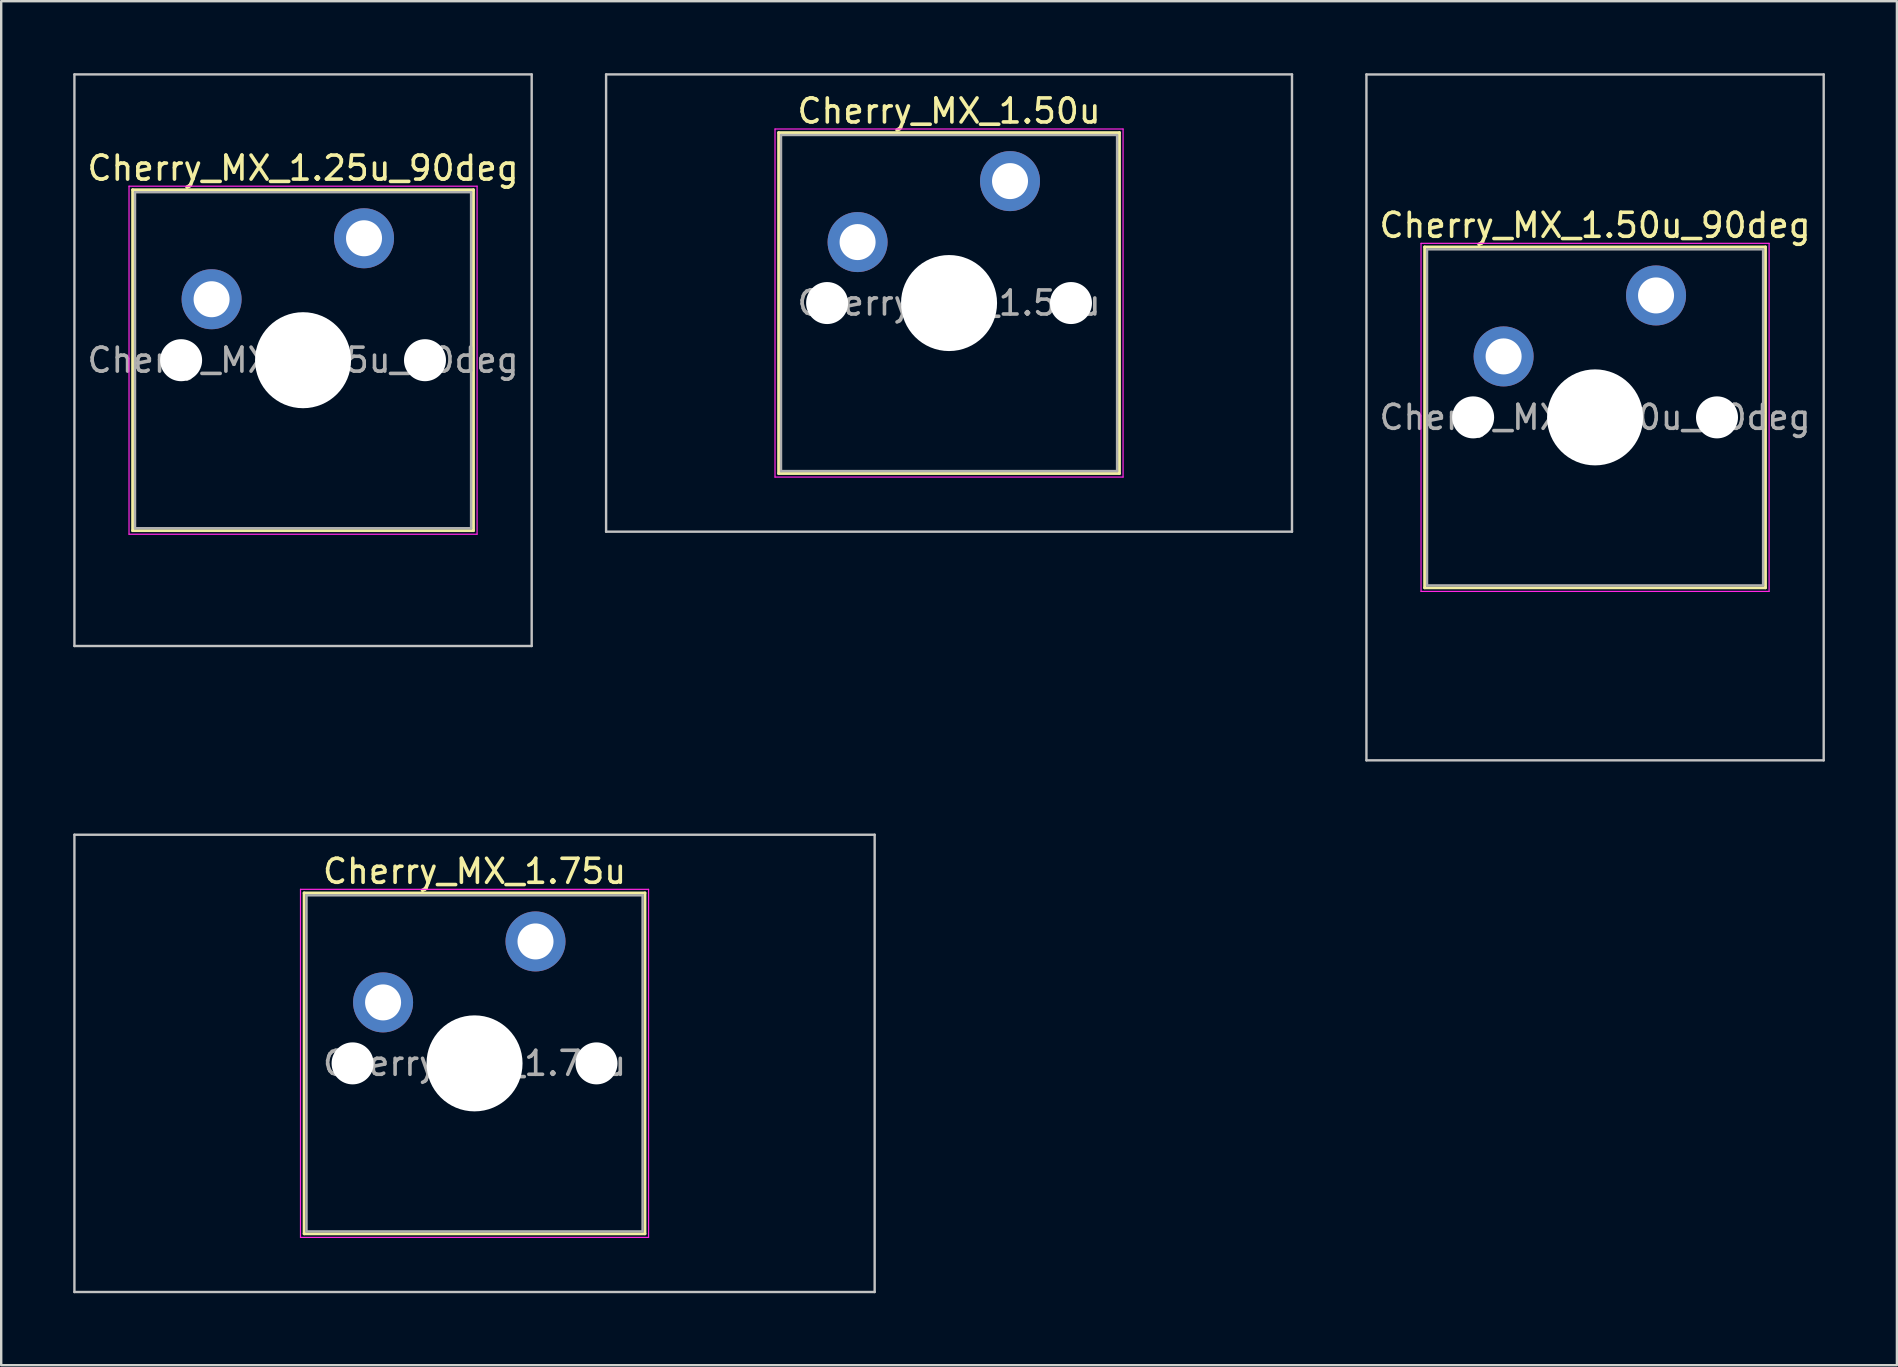
<source format=kicad_pcb>
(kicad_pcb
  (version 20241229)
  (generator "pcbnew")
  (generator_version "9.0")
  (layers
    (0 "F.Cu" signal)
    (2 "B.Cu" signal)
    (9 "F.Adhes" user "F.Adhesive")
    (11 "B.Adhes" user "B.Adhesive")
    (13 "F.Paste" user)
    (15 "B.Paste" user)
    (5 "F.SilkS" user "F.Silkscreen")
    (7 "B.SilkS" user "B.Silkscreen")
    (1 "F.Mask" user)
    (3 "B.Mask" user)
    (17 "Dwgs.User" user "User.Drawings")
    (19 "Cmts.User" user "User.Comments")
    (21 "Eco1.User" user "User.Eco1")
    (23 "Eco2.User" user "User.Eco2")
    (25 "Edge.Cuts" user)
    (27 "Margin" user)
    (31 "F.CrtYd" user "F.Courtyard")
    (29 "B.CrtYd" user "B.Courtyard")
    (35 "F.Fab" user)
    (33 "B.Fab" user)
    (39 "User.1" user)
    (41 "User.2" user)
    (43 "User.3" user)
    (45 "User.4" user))
  (footprint "Cherry_MX_1.75u"
    (layer "F.Cu")
    (at 16.719 41.25)
    (property "Reference" "Cherry_MX_1.75u" (at 0 -8 0) (layer "F.SilkS") (effects (font (size 1 1) (thickness 0.15))))
    (attr through_hole)
    (fp_line (start -7.1 -7.1) (end -7.1 7.1) (stroke (width 0.12) (type solid)) (layer "F.SilkS"))
    (fp_line (start -7.1 7.1) (end 7.1 7.1) (stroke (width 0.12) (type solid)) (layer "F.SilkS"))
    (fp_line (start 7.1 -7.1) (end -7.1 -7.1) (stroke (width 0.12) (type solid)) (layer "F.SilkS"))
    (fp_line (start 7.1 7.1) (end 7.1 -7.1) (stroke (width 0.12) (type solid)) (layer "F.SilkS"))
    (fp_line (start -16.669 -9.525) (end -16.669 9.525) (stroke (width 0.1) (type solid)) (layer "Dwgs.User"))
    (fp_line (start -16.669 9.525) (end 16.669 9.525) (stroke (width 0.1) (type solid)) (layer "Dwgs.User"))
    (fp_line (start 16.669 -9.525) (end -16.669 -9.525) (stroke (width 0.1) (type solid)) (layer "Dwgs.User"))
    (fp_line (start 16.669 9.525) (end 16.669 -9.525) (stroke (width 0.1) (type solid)) (layer "Dwgs.User"))
    (fp_line (start -7 -7) (end -7 7) (stroke (width 0.1) (type solid)) (layer "Eco1.User"))
    (fp_line (start -7 7) (end 7 7) (stroke (width 0.1) (type solid)) (layer "Eco1.User"))
    (fp_line (start 7 -7) (end -7 -7) (stroke (width 0.1) (type solid)) (layer "Eco1.User"))
    (fp_line (start 7 7) (end 7 -7) (stroke (width 0.1) (type solid)) (layer "Eco1.User"))
    (fp_line (start -7.25 -7.25) (end -7.25 7.25) (stroke (width 0.05) (type solid)) (layer "F.CrtYd"))
    (fp_line (start -7.25 7.25) (end 7.25 7.25) (stroke (width 0.05) (type solid)) (layer "F.CrtYd"))
    (fp_line (start 7.25 -7.25) (end -7.25 -7.25) (stroke (width 0.05) (type solid)) (layer "F.CrtYd"))
    (fp_line (start 7.25 7.25) (end 7.25 -7.25) (stroke (width 0.05) (type solid)) (layer "F.CrtYd"))
    (fp_line (start -7 -7) (end -7 7) (stroke (width 0.1) (type solid)) (layer "F.Fab"))
    (fp_line (start -7 7) (end 7 7) (stroke (width 0.1) (type solid)) (layer "F.Fab"))
    (fp_line (start 7 -7) (end -7 -7) (stroke (width 0.1) (type solid)) (layer "F.Fab"))
    (fp_line (start 7 7) (end 7 -7) (stroke (width 0.1) (type solid)) (layer "F.Fab"))
    (fp_text user "${REFERENCE}" (at 0 0 0) (layer "F.Fab") (effects (font (size 1 1) (thickness 0.15))))
    (pad "" np_thru_hole circle (at -5.08 0) (size 1.75 1.75) (drill 1.75) (layers "*.Cu" "*.Mask"))
    (pad "" np_thru_hole circle (at 0 0) (size 4 4) (drill 4) (layers "*.Cu" "*.Mask"))
    (pad "" np_thru_hole circle (at 5.08 0) (size 1.75 1.75) (drill 1.75) (layers "*.Cu" "*.Mask"))
    (pad "1" thru_hole circle (at -3.81 -2.54) (size 2.5 2.5) (drill 1.5) (layers "*.Cu" "*.Mask"))
    (pad "2" thru_hole circle (at 2.54 -5.08) (size 2.5 2.5) (drill 1.5) (layers "*.Cu" "*.Mask")))
  (footprint "Cherry_MX_1.50u_90deg"
    (layer "F.Cu")
    (at 63.4 14.338)
    (property "Reference" "Cherry_MX_1.50u_90deg" (at 0 -8 0) (layer "F.SilkS") (effects (font (size 1 1) (thickness 0.15))))
    (attr through_hole)
    (fp_line (start -7.1 -7.1) (end -7.1 7.1) (stroke (width 0.12) (type solid)) (layer "F.SilkS"))
    (fp_line (start -7.1 7.1) (end 7.1 7.1) (stroke (width 0.12) (type solid)) (layer "F.SilkS"))
    (fp_line (start 7.1 -7.1) (end -7.1 -7.1) (stroke (width 0.12) (type solid)) (layer "F.SilkS"))
    (fp_line (start 7.1 7.1) (end 7.1 -7.1) (stroke (width 0.12) (type solid)) (layer "F.SilkS"))
    (fp_line (start -9.525 -14.287) (end 9.525 -14.287) (stroke (width 0.1) (type solid)) (layer "Dwgs.User"))
    (fp_line (start -9.525 14.287) (end -9.525 -14.287) (stroke (width 0.1) (type solid)) (layer "Dwgs.User"))
    (fp_line (start 9.525 -14.287) (end 9.525 14.287) (stroke (width 0.1) (type solid)) (layer "Dwgs.User"))
    (fp_line (start 9.525 14.287) (end -9.525 14.287) (stroke (width 0.1) (type solid)) (layer "Dwgs.User"))
    (fp_line (start -7 -7) (end -7 7) (stroke (width 0.1) (type solid)) (layer "Eco1.User"))
    (fp_line (start -7 7) (end 7 7) (stroke (width 0.1) (type solid)) (layer "Eco1.User"))
    (fp_line (start 7 -7) (end -7 -7) (stroke (width 0.1) (type solid)) (layer "Eco1.User"))
    (fp_line (start 7 7) (end 7 -7) (stroke (width 0.1) (type solid)) (layer "Eco1.User"))
    (fp_line (start -7.25 -7.25) (end -7.25 7.25) (stroke (width 0.05) (type solid)) (layer "F.CrtYd"))
    (fp_line (start -7.25 7.25) (end 7.25 7.25) (stroke (width 0.05) (type solid)) (layer "F.CrtYd"))
    (fp_line (start 7.25 -7.25) (end -7.25 -7.25) (stroke (width 0.05) (type solid)) (layer "F.CrtYd"))
    (fp_line (start 7.25 7.25) (end 7.25 -7.25) (stroke (width 0.05) (type solid)) (layer "F.CrtYd"))
    (fp_line (start -7 -7) (end -7 7) (stroke (width 0.1) (type solid)) (layer "F.Fab"))
    (fp_line (start -7 7) (end 7 7) (stroke (width 0.1) (type solid)) (layer "F.Fab"))
    (fp_line (start 7 -7) (end -7 -7) (stroke (width 0.1) (type solid)) (layer "F.Fab"))
    (fp_line (start 7 7) (end 7 -7) (stroke (width 0.1) (type solid)) (layer "F.Fab"))
    (fp_text user "${REFERENCE}" (at 0 0 0) (layer "F.Fab") (effects (font (size 1 1) (thickness 0.15))))
    (pad "" np_thru_hole circle (at -5.08 0) (size 1.75 1.75) (drill 1.75) (layers "*.Cu" "*.Mask"))
    (pad "" np_thru_hole circle (at 0 0) (size 4 4) (drill 4) (layers "*.Cu" "*.Mask"))
    (pad "" np_thru_hole circle (at 5.08 0) (size 1.75 1.75) (drill 1.75) (layers "*.Cu" "*.Mask"))
    (pad "1" thru_hole circle (at -3.81 -2.54) (size 2.5 2.5) (drill 1.5) (layers "*.Cu" "*.Mask"))
    (pad "2" thru_hole circle (at 2.54 -5.08) (size 2.5 2.5) (drill 1.5) (layers "*.Cu" "*.Mask")))
  (footprint "Cherry_MX_1.50u"
    (layer "F.Cu")
    (at 36.487 9.575)
    (property "Reference" "Cherry_MX_1.50u" (at 0 -8 0) (layer "F.SilkS") (effects (font (size 1 1) (thickness 0.15))))
    (attr through_hole)
    (fp_line (start -7.1 -7.1) (end -7.1 7.1) (stroke (width 0.12) (type solid)) (layer "F.SilkS"))
    (fp_line (start -7.1 7.1) (end 7.1 7.1) (stroke (width 0.12) (type solid)) (layer "F.SilkS"))
    (fp_line (start 7.1 -7.1) (end -7.1 -7.1) (stroke (width 0.12) (type solid)) (layer "F.SilkS"))
    (fp_line (start 7.1 7.1) (end 7.1 -7.1) (stroke (width 0.12) (type solid)) (layer "F.SilkS"))
    (fp_line (start -14.287 -9.525) (end -14.287 9.525) (stroke (width 0.1) (type solid)) (layer "Dwgs.User"))
    (fp_line (start -14.287 9.525) (end 14.287 9.525) (stroke (width 0.1) (type solid)) (layer "Dwgs.User"))
    (fp_line (start 14.287 -9.525) (end -14.287 -9.525) (stroke (width 0.1) (type solid)) (layer "Dwgs.User"))
    (fp_line (start 14.287 9.525) (end 14.287 -9.525) (stroke (width 0.1) (type solid)) (layer "Dwgs.User"))
    (fp_line (start -7 -7) (end -7 7) (stroke (width 0.1) (type solid)) (layer "Eco1.User"))
    (fp_line (start -7 7) (end 7 7) (stroke (width 0.1) (type solid)) (layer "Eco1.User"))
    (fp_line (start 7 -7) (end -7 -7) (stroke (width 0.1) (type solid)) (layer "Eco1.User"))
    (fp_line (start 7 7) (end 7 -7) (stroke (width 0.1) (type solid)) (layer "Eco1.User"))
    (fp_line (start -7.25 -7.25) (end -7.25 7.25) (stroke (width 0.05) (type solid)) (layer "F.CrtYd"))
    (fp_line (start -7.25 7.25) (end 7.25 7.25) (stroke (width 0.05) (type solid)) (layer "F.CrtYd"))
    (fp_line (start 7.25 -7.25) (end -7.25 -7.25) (stroke (width 0.05) (type solid)) (layer "F.CrtYd"))
    (fp_line (start 7.25 7.25) (end 7.25 -7.25) (stroke (width 0.05) (type solid)) (layer "F.CrtYd"))
    (fp_line (start -7 -7) (end -7 7) (stroke (width 0.1) (type solid)) (layer "F.Fab"))
    (fp_line (start -7 7) (end 7 7) (stroke (width 0.1) (type solid)) (layer "F.Fab"))
    (fp_line (start 7 -7) (end -7 -7) (stroke (width 0.1) (type solid)) (layer "F.Fab"))
    (fp_line (start 7 7) (end 7 -7) (stroke (width 0.1) (type solid)) (layer "F.Fab"))
    (fp_text user "${REFERENCE}" (at 0 0 0) (layer "F.Fab") (effects (font (size 1 1) (thickness 0.15))))
    (pad "" np_thru_hole circle (at -5.08 0) (size 1.75 1.75) (drill 1.75) (layers "*.Cu" "*.Mask"))
    (pad "" np_thru_hole circle (at 0 0) (size 4 4) (drill 4) (layers "*.Cu" "*.Mask"))
    (pad "" np_thru_hole circle (at 5.08 0) (size 1.75 1.75) (drill 1.75) (layers "*.Cu" "*.Mask"))
    (pad "1" thru_hole circle (at -3.81 -2.54) (size 2.5 2.5) (drill 1.5) (layers "*.Cu" "*.Mask"))
    (pad "2" thru_hole circle (at 2.54 -5.08) (size 2.5 2.5) (drill 1.5) (layers "*.Cu" "*.Mask")))
  (footprint "Cherry_MX_1.25u_90deg"
    (layer "F.Cu")
    (at 9.575 11.956)
    (property "Reference" "Cherry_MX_1.25u_90deg" (at 0 -8 0) (layer "F.SilkS") (effects (font (size 1 1) (thickness 0.15))))
    (attr through_hole)
    (fp_line (start -7.1 -7.1) (end -7.1 7.1) (stroke (width 0.12) (type solid)) (layer "F.SilkS"))
    (fp_line (start -7.1 7.1) (end 7.1 7.1) (stroke (width 0.12) (type solid)) (layer "F.SilkS"))
    (fp_line (start 7.1 -7.1) (end -7.1 -7.1) (stroke (width 0.12) (type solid)) (layer "F.SilkS"))
    (fp_line (start 7.1 7.1) (end 7.1 -7.1) (stroke (width 0.12) (type solid)) (layer "F.SilkS"))
    (fp_line (start -9.525 -11.906) (end 9.525 -11.906) (stroke (width 0.1) (type solid)) (layer "Dwgs.User"))
    (fp_line (start -9.525 11.906) (end -9.525 -11.906) (stroke (width 0.1) (type solid)) (layer "Dwgs.User"))
    (fp_line (start 9.525 -11.906) (end 9.525 11.906) (stroke (width 0.1) (type solid)) (layer "Dwgs.User"))
    (fp_line (start 9.525 11.906) (end -9.525 11.906) (stroke (width 0.1) (type solid)) (layer "Dwgs.User"))
    (fp_line (start -7 -7) (end -7 7) (stroke (width 0.1) (type solid)) (layer "Eco1.User"))
    (fp_line (start -7 7) (end 7 7) (stroke (width 0.1) (type solid)) (layer "Eco1.User"))
    (fp_line (start 7 -7) (end -7 -7) (stroke (width 0.1) (type solid)) (layer "Eco1.User"))
    (fp_line (start 7 7) (end 7 -7) (stroke (width 0.1) (type solid)) (layer "Eco1.User"))
    (fp_line (start -7.25 -7.25) (end -7.25 7.25) (stroke (width 0.05) (type solid)) (layer "F.CrtYd"))
    (fp_line (start -7.25 7.25) (end 7.25 7.25) (stroke (width 0.05) (type solid)) (layer "F.CrtYd"))
    (fp_line (start 7.25 -7.25) (end -7.25 -7.25) (stroke (width 0.05) (type solid)) (layer "F.CrtYd"))
    (fp_line (start 7.25 7.25) (end 7.25 -7.25) (stroke (width 0.05) (type solid)) (layer "F.CrtYd"))
    (fp_line (start -7 -7) (end -7 7) (stroke (width 0.1) (type solid)) (layer "F.Fab"))
    (fp_line (start -7 7) (end 7 7) (stroke (width 0.1) (type solid)) (layer "F.Fab"))
    (fp_line (start 7 -7) (end -7 -7) (stroke (width 0.1) (type solid)) (layer "F.Fab"))
    (fp_line (start 7 7) (end 7 -7) (stroke (width 0.1) (type solid)) (layer "F.Fab"))
    (fp_text user "${REFERENCE}" (at 0 0 0) (layer "F.Fab") (effects (font (size 1 1) (thickness 0.15))))
    (pad "" np_thru_hole circle (at -5.08 0) (size 1.75 1.75) (drill 1.75) (layers "*.Cu" "*.Mask"))
    (pad "" np_thru_hole circle (at 0 0) (size 4 4) (drill 4) (layers "*.Cu" "*.Mask"))
    (pad "" np_thru_hole circle (at 5.08 0) (size 1.75 1.75) (drill 1.75) (layers "*.Cu" "*.Mask"))
    (pad "1" thru_hole circle (at -3.81 -2.54) (size 2.5 2.5) (drill 1.5) (layers "*.Cu" "*.Mask"))
    (pad "2" thru_hole circle (at 2.54 -5.08) (size 2.5 2.5) (drill 1.5) (layers "*.Cu" "*.Mask")))
  (gr_rect
    (start -3 -3)
    (end 75.975 53.825)
    (stroke (width 0.1) (type default))
    (fill no)
    (layer "Edge.Cuts")))
</source>
